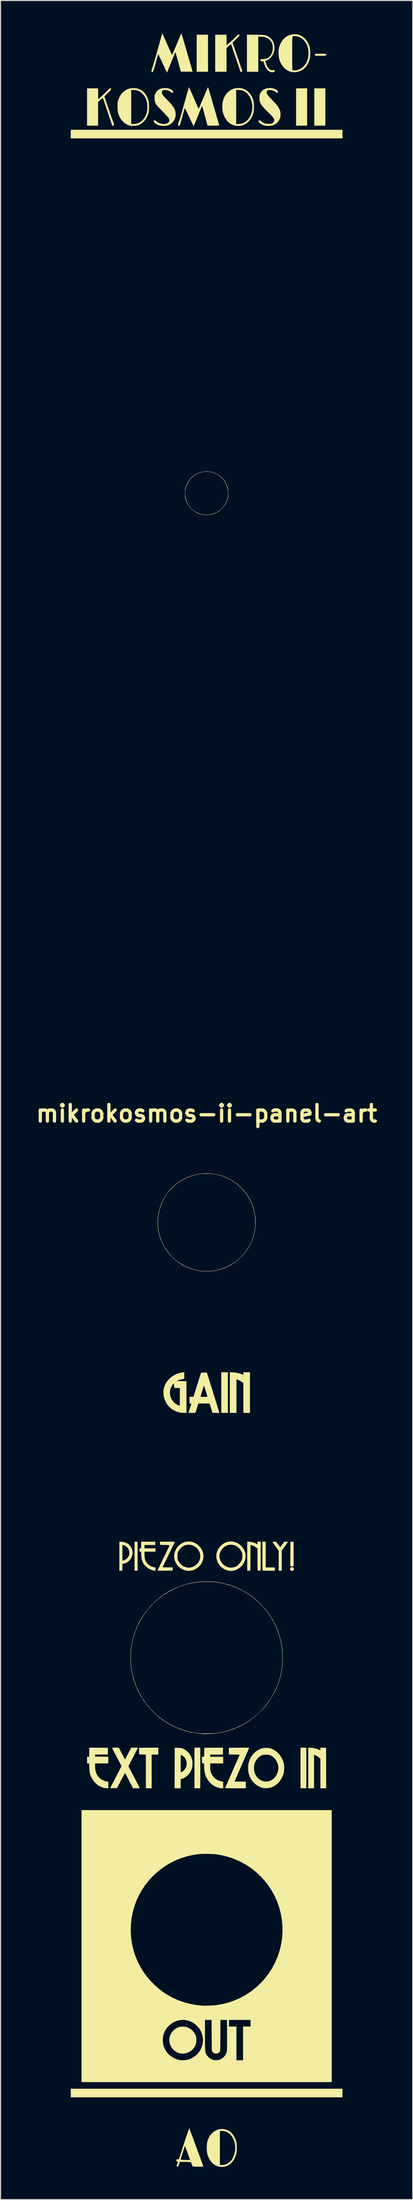
<source format=kicad_pcb>
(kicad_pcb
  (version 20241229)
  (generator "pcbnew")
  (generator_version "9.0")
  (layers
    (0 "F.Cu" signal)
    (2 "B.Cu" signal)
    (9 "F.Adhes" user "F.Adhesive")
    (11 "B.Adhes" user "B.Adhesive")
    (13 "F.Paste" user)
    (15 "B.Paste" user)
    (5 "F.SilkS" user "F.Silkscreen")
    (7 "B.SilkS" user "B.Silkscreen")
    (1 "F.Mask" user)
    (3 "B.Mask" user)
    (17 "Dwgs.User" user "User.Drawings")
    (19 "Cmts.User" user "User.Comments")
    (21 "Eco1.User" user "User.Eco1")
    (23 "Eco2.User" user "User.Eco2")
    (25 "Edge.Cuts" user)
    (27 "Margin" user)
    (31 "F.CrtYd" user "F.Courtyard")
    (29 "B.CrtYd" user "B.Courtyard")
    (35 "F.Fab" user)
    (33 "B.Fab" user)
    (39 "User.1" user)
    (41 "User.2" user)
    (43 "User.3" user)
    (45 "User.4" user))
  (footprint "mikrokosmos-ii-panel-art"
    (layer "F.Cu")
    (at 15.973 99.378)
    (property "Reference" "mikrokosmos-ii-panel-art" (at 0 0 0) (layer "F.SilkS") (effects (font (size 1.524 1.524) (thickness 0.3))))
    (attr board_only exclude_from_pos_files exclude_from_bom)
    (fp_poly (pts (xy -6.356 42.054) (xy -6.636 42.054) (xy -6.636 39.384) (xy -6.356 39.384)) (stroke (width 0) (type solid)) (fill yes) (layer "F.SilkS"))
    (fp_poly (pts (xy -0.585 62.063) (xy -1.119 62.063) (xy -1.119 58.326) (xy -0.585 58.326)) (stroke (width 0) (type solid)) (fill yes) (layer "F.SilkS"))
    (fp_poly (pts (xy 0.127 -95.828) (xy -0.915 -95.828) (xy -0.915 -99.235) (xy 0.127 -99.235)) (stroke (width 0) (type solid)) (fill yes) (layer "F.SilkS"))
    (fp_poly (pts (xy 9.179 62.063) (xy 8.645 62.063) (xy 8.645 58.326) (xy 9.179 58.326)) (stroke (width 0) (type solid)) (fill yes) (layer "F.SilkS"))
    (fp_poly (pts (xy 9.255 -90.87) (xy 8.238 -90.87) (xy 8.238 -94.303) (xy 9.255 -94.303)) (stroke (width 0) (type solid)) (fill yes) (layer "F.SilkS"))
    (fp_poly (pts (xy 10.933 -90.87) (xy 9.916 -90.87) (xy 9.916 -94.303) (xy 10.933 -94.303)) (stroke (width 0) (type solid)) (fill yes) (layer "F.SilkS"))
    (fp_poly (pts (xy 12.509 -89.701) (xy -12.509 -89.701) (xy -12.509 -90.489) (xy 12.509 -90.489)) (stroke (width 0) (type solid)) (fill yes) (layer "F.SilkS"))
    (fp_poly (pts (xy 12.509 90.489) (xy -12.509 90.489) (xy -12.509 89.701) (xy 12.509 89.701)) (stroke (width 0) (type solid)) (fill yes) (layer "F.SilkS"))
    (fp_poly (pts (xy 8.009 41.647) (xy 7.703 41.647) (xy 7.71 40.522) (xy 7.717 39.397) (xy 7.863 39.389) (xy 8.009 39.381)) (stroke (width 0) (type solid)) (fill yes) (layer "F.SilkS"))
    (fp_poly (pts (xy -4.449 58.962) (xy -5.06 58.962) (xy -5.06 62.063) (xy -5.594 62.063) (xy -5.594 58.963) (xy -5.905 58.956) (xy -6.217 58.949) (xy -6.217 58.339) (xy -5.333 58.332) (xy -4.449 58.325)) (stroke (width 0) (type solid)) (fill yes) (layer "F.SilkS"))
    (fp_poly (pts (xy 7.944 41.736) (xy 8.007 41.792) (xy 8.034 41.879) (xy 8.034 41.892) (xy 8.014 41.982) (xy 7.962 42.045) (xy 7.89 42.076) (xy 7.81 42.07) (xy 7.735 42.022) (xy 7.734 42.02) (xy 7.688 41.941) (xy 7.683 41.859) (xy 7.715 41.785) (xy 7.779 41.734) (xy 7.85 41.718)) (stroke (width 0) (type solid)) (fill yes) (layer "F.SilkS"))
    (fp_poly (pts (xy 1.958 27.536) (xy 1.67 27.536) (xy 1.553 27.534) (xy 1.456 27.53) (xy 1.39 27.525) (xy 1.364 27.519) (xy 1.362 27.491) (xy 1.359 27.417) (xy 1.357 27.3) (xy 1.354 27.144) (xy 1.352 26.953) (xy 1.351 26.732) (xy 1.349 26.484) (xy 1.348 26.214) (xy 1.348 25.924) (xy 1.348 25.65) (xy 1.348 23.798) (xy 1.958 23.798)) (stroke (width 0) (type solid)) (fill yes) (layer "F.SilkS"))
    (fp_poly (pts (xy 2.434 23.805) (xy 2.677 23.829) (xy 2.912 23.874) (xy 3.125 23.936) (xy 3.282 24.003) (xy 3.382 24.053) (xy 3.382 23.798) (xy 3.992 23.798) (xy 3.992 27.536) (xy 3.382 27.536) (xy 3.382 24.79) (xy 3.261 24.702) (xy 3.146 24.627) (xy 3.021 24.557) (xy 2.902 24.501) (xy 2.815 24.471) (xy 2.746 24.454) (xy 2.746 27.536) (xy 2.136 27.536) (xy 2.136 23.791)) (stroke (width 0) (type solid)) (fill yes) (layer "F.SilkS"))
    (fp_poly (pts (xy 3.96 39.39) (xy 4.214 39.427) (xy 4.445 39.505) (xy 4.583 39.579) (xy 4.678 39.639) (xy 4.678 39.384) (xy 4.984 39.384) (xy 4.977 40.712) (xy 4.971 42.041) (xy 4.691 42.041) (xy 4.678 39.998) (xy 4.555 39.908) (xy 4.398 39.81) (xy 4.233 39.735) (xy 4.125 39.703) (xy 4.043 39.685) (xy 4.037 40.863) (xy 4.03 42.041) (xy 3.884 42.049) (xy 3.738 42.056) (xy 3.738 39.377)) (stroke (width 0) (type solid)) (fill yes) (layer "F.SilkS"))
    (fp_poly (pts (xy 5.441 41.749) (xy 6.28 41.749) (xy 6.28 42.054) (xy 5.725 42.054) (xy 5.562 42.053) (xy 5.416 42.051) (xy 5.295 42.048) (xy 5.207 42.044) (xy 5.159 42.039) (xy 5.153 42.037) (xy 5.15 42.009) (xy 5.147 41.935) (xy 5.144 41.819) (xy 5.141 41.668) (xy 5.139 41.485) (xy 5.138 41.274) (xy 5.137 41.042) (xy 5.136 40.793) (xy 5.136 40.702) (xy 5.136 39.384) (xy 5.441 39.384)) (stroke (width 0) (type solid)) (fill yes) (layer "F.SilkS"))
    (fp_poly (pts (xy 9.617 58.337) (xy 9.771 58.355) (xy 9.935 58.386) (xy 10.097 58.427) (xy 10.242 58.474) (xy 10.356 58.523) (xy 10.392 58.544) (xy 10.438 58.571) (xy 10.462 58.58) (xy 10.469 58.557) (xy 10.474 58.499) (xy 10.475 58.452) (xy 10.475 58.324) (xy 10.736 58.331) (xy 10.996 58.339) (xy 11.003 60.201) (xy 11.01 62.063) (xy 10.475 62.063) (xy 10.475 59.347) (xy 10.364 59.249) (xy 10.261 59.169) (xy 10.142 59.093) (xy 10.026 59.032) (xy 9.948 59.001) (xy 9.89 58.984) (xy 9.89 62.063) (xy 9.357 62.063) (xy 9.357 58.319)) (stroke (width 0) (type solid)) (fill yes) (layer "F.SilkS"))
    (fp_poly (pts (xy 10.612 -97.486) (xy 10.742 -97.484) (xy 10.853 -97.481) (xy 10.935 -97.477) (xy 10.978 -97.471) (xy 10.981 -97.47) (xy 11.004 -97.431) (xy 11.007 -97.373) (xy 10.991 -97.324) (xy 10.98 -97.313) (xy 10.944 -97.307) (xy 10.867 -97.301) (xy 10.76 -97.297) (xy 10.632 -97.294) (xy 10.494 -97.293) (xy 10.356 -97.294) (xy 10.228 -97.296) (xy 10.119 -97.299) (xy 10.041 -97.304) (xy 10.003 -97.311) (xy 10.003 -97.311) (xy 9.975 -97.35) (xy 9.968 -97.407) (xy 9.981 -97.457) (xy 9.993 -97.469) (xy 10.028 -97.475) (xy 10.103 -97.48) (xy 10.209 -97.483) (xy 10.336 -97.485) (xy 10.474 -97.486)) (stroke (width 0) (type solid)) (fill yes) (layer "F.SilkS"))
    (fp_poly (pts (xy 6.583 39.64) (xy 6.655 39.736) (xy 6.717 39.812) (xy 6.763 39.861) (xy 6.787 39.876) (xy 6.788 39.876) (xy 6.81 39.847) (xy 6.855 39.787) (xy 6.916 39.704) (xy 6.978 39.619) (xy 7.149 39.384) (xy 7.504 39.384) (xy 7.446 39.467) (xy 7.41 39.516) (xy 7.352 39.597) (xy 7.278 39.7) (xy 7.194 39.816) (xy 7.152 39.874) (xy 6.916 40.199) (xy 6.916 42.054) (xy 6.636 42.054) (xy 6.636 40.215) (xy 6.361 39.831) (xy 6.272 39.708) (xy 6.194 39.597) (xy 6.13 39.507) (xy 6.086 39.444) (xy 6.067 39.416) (xy 6.069 39.398) (xy 6.106 39.388) (xy 6.184 39.384) (xy 6.223 39.384) (xy 6.397 39.384)) (stroke (width 0) (type solid)) (fill yes) (layer "F.SilkS"))
    (fp_poly (pts (xy -7.812 39.388) (xy -7.579 39.422) (xy -7.369 39.5) (xy -7.185 39.618) (xy -7.161 39.638) (xy -7.013 39.799) (xy -6.907 39.979) (xy -6.843 40.17) (xy -6.819 40.368) (xy -6.834 40.566) (xy -6.885 40.757) (xy -6.972 40.935) (xy -7.092 41.095) (xy -7.245 41.229) (xy -7.429 41.333) (xy -7.582 41.385) (xy -7.755 41.429) (xy -7.755 42.054) (xy -8.034 42.054) (xy -8.034 41.113) (xy -7.755 41.113) (xy -7.696 41.113) (xy -7.641 41.102) (xy -7.563 41.073) (xy -7.507 41.048) (xy -7.353 40.946) (xy -7.237 40.817) (xy -7.158 40.668) (xy -7.116 40.507) (xy -7.111 40.341) (xy -7.143 40.177) (xy -7.212 40.024) (xy -7.318 39.889) (xy -7.461 39.779) (xy -7.507 39.754) (xy -7.589 39.718) (xy -7.663 39.694) (xy -7.696 39.689) (xy -7.755 39.689) (xy -7.755 41.113) (xy -8.034 41.113) (xy -8.034 39.378)) (stroke (width 0) (type solid)) (fill yes) (layer "F.SilkS"))
    (fp_poly (pts (xy -2.045 83.989) (xy -1.86 84.021) (xy -1.838 84.027) (xy -1.603 84.124) (xy -1.396 84.263) (xy -1.22 84.441) (xy -1.077 84.656) (xy -1.046 84.717) (xy -1.001 84.815) (xy -0.973 84.897) (xy -0.957 84.981) (xy -0.948 85.087) (xy -0.945 85.154) (xy -0.951 85.389) (xy -0.994 85.597) (xy -1.075 85.793) (xy -1.139 85.901) (xy -1.292 86.093) (xy -1.476 86.248) (xy -1.685 86.365) (xy -1.912 86.441) (xy -2.149 86.473) (xy -2.391 86.458) (xy -2.514 86.432) (xy -2.74 86.345) (xy -2.943 86.217) (xy -3.12 86.051) (xy -3.263 85.853) (xy -3.367 85.63) (xy -3.385 85.575) (xy -3.421 85.394) (xy -3.43 85.192) (xy -3.411 84.99) (xy -3.366 84.81) (xy -3.358 84.788) (xy -3.255 84.585) (xy -3.111 84.398) (xy -2.936 84.235) (xy -2.741 84.107) (xy -2.625 84.054) (xy -2.448 84.006) (xy -2.248 83.984)) (stroke (width 0) (type solid)) (fill yes) (layer "F.SilkS"))
    (fp_poly (pts (xy 1.5 58.962) (xy 0.331 58.962) (xy 0.331 59.165) (xy 1.526 59.165) (xy 1.526 59.775) (xy 0.331 59.775) (xy 0.331 60.07) (xy 0.336 60.257) (xy 0.351 60.417) (xy 0.371 60.522) (xy 0.455 60.751) (xy 0.581 60.955) (xy 0.743 61.131) (xy 0.937 61.273) (xy 1.158 61.376) (xy 1.399 61.438) (xy 1.405 61.438) (xy 1.526 61.456) (xy 1.526 62.063) (xy 1.405 62.061) (xy 1.311 62.054) (xy 1.198 62.039) (xy 1.127 62.025) (xy 0.878 61.946) (xy 0.641 61.82) (xy 0.421 61.653) (xy 0.224 61.447) (xy 0.055 61.209) (xy 0.05 61.2) (xy -0.065 60.976) (xy -0.147 60.739) (xy -0.2 60.481) (xy -0.226 60.191) (xy -0.229 60.029) (xy -0.229 59.778) (xy -0.324 59.77) (xy -0.42 59.762) (xy -0.434 59.165) (xy -0.23 59.165) (xy -0.223 58.752) (xy -0.216 58.339) (xy 0.642 58.332) (xy 1.5 58.325)) (stroke (width 0) (type solid)) (fill yes) (layer "F.SilkS"))
    (fp_poly (pts (xy -9.948 58.332) (xy -9.09 58.339) (xy -9.09 58.949) (xy -9.682 58.956) (xy -10.275 58.963) (xy -10.259 59.152) (xy -9.655 59.159) (xy -9.051 59.166) (xy -9.051 59.775) (xy -10.272 59.775) (xy -10.271 59.972) (xy -10.264 60.197) (xy -10.242 60.385) (xy -10.203 60.55) (xy -10.145 60.705) (xy -10.12 60.757) (xy -9.99 60.966) (xy -9.824 61.143) (xy -9.627 61.284) (xy -9.407 61.383) (xy -9.223 61.43) (xy -9.051 61.458) (xy -9.051 62.063) (xy -9.185 62.062) (xy -9.28 62.054) (xy -9.397 62.036) (xy -9.504 62.012) (xy -9.767 61.917) (xy -10.01 61.777) (xy -10.229 61.595) (xy -10.421 61.373) (xy -10.583 61.114) (xy -10.609 61.062) (xy -10.673 60.926) (xy -10.72 60.8) (xy -10.753 60.672) (xy -10.776 60.53) (xy -10.79 60.36) (xy -10.799 60.176) (xy -10.812 59.775) (xy -11.009 59.775) (xy -11.009 59.165) (xy -10.806 59.165) (xy -10.806 58.325)) (stroke (width 0) (type solid)) (fill yes) (layer "F.SilkS"))
    (fp_poly (pts (xy 3.697 58.331) (xy 3.784 58.333) (xy 3.843 58.337) (xy 3.88 58.342) (xy 3.9 58.35) (xy 3.906 58.359) (xy 3.905 58.37) (xy 3.892 58.401) (xy 3.861 58.474) (xy 3.813 58.585) (xy 3.75 58.732) (xy 3.674 58.908) (xy 3.586 59.112) (xy 3.488 59.337) (xy 3.382 59.581) (xy 3.269 59.84) (xy 3.231 59.928) (xy 2.572 61.441) (xy 3.61 61.454) (xy 3.61 62.063) (xy 2.657 62.063) (xy 2.442 62.063) (xy 2.245 62.062) (xy 2.07 62.059) (xy 1.923 62.057) (xy 1.809 62.053) (xy 1.735 62.049) (xy 1.705 62.045) (xy 1.705 62.044) (xy 1.715 62.018) (xy 1.744 61.95) (xy 1.79 61.843) (xy 1.851 61.7) (xy 1.927 61.527) (xy 2.014 61.327) (xy 2.111 61.104) (xy 2.217 60.862) (xy 2.33 60.605) (xy 2.376 60.5) (xy 3.046 58.974) (xy 2.047 58.949) (xy 2.047 58.339) (xy 2.983 58.332) (xy 3.226 58.33) (xy 3.423 58.329) (xy 3.578 58.329)) (stroke (width 0) (type solid)) (fill yes) (layer "F.SilkS"))
    (fp_poly (pts (xy -4.729 39.689) (xy -5.721 39.689) (xy -5.721 39.994) (xy -4.704 39.994) (xy -4.704 40.299) (xy -5.721 40.299) (xy -5.721 40.561) (xy -5.711 40.792) (xy -5.677 40.985) (xy -5.617 41.152) (xy -5.527 41.301) (xy -5.402 41.442) (xy -5.364 41.478) (xy -5.191 41.609) (xy -4.999 41.696) (xy -4.823 41.736) (xy -4.704 41.754) (xy -4.704 41.904) (xy -4.708 41.997) (xy -4.721 42.043) (xy -4.735 42.051) (xy -4.777 42.045) (xy -4.85 42.034) (xy -4.907 42.025) (xy -5.107 41.97) (xy -5.308 41.874) (xy -5.498 41.744) (xy -5.667 41.588) (xy -5.802 41.415) (xy -5.846 41.342) (xy -5.906 41.218) (xy -5.95 41.096) (xy -5.981 40.965) (xy -6.002 40.809) (xy -6.016 40.616) (xy -6.017 40.611) (xy -6.034 40.299) (xy -6.106 40.299) (xy -6.146 40.297) (xy -6.168 40.282) (xy -6.177 40.243) (xy -6.178 40.167) (xy -6.178 40.147) (xy -6.178 39.994) (xy -6.026 39.994) (xy -6.026 39.384) (xy -4.729 39.384)) (stroke (width 0) (type solid)) (fill yes) (layer "F.SilkS"))
    (fp_poly (pts (xy -2.962 39.467) (xy -2.98 39.506) (xy -3.018 39.586) (xy -3.073 39.702) (xy -3.144 39.849) (xy -3.228 40.022) (xy -3.322 40.216) (xy -3.424 40.427) (xy -3.528 40.643) (xy -4.06 41.736) (xy -3.592 41.743) (xy -3.125 41.75) (xy -3.132 41.895) (xy -3.14 42.041) (xy -3.833 42.048) (xy -4.015 42.049) (xy -4.179 42.05) (xy -4.318 42.049) (xy -4.427 42.048) (xy -4.498 42.046) (xy -4.526 42.043) (xy -4.526 42.043) (xy -4.515 42.019) (xy -4.484 41.953) (xy -4.435 41.851) (xy -4.37 41.715) (xy -4.292 41.552) (xy -4.202 41.366) (xy -4.102 41.16) (xy -3.995 40.939) (xy -3.98 40.908) (xy -3.871 40.684) (xy -3.769 40.473) (xy -3.676 40.28) (xy -3.594 40.109) (xy -3.525 39.964) (xy -3.471 39.852) (xy -3.435 39.775) (xy -3.419 39.738) (xy -3.419 39.737) (xy -3.416 39.72) (xy -3.426 39.708) (xy -3.454 39.699) (xy -3.508 39.693) (xy -3.594 39.689) (xy -3.718 39.685) (xy -3.844 39.683) (xy -4.284 39.676) (xy -4.292 39.53) (xy -4.299 39.384) (xy -2.927 39.384)) (stroke (width 0) (type solid)) (fill yes) (layer "F.SilkS"))
    (fp_poly (pts (xy -2.653 58.344) (xy -2.51 58.349) (xy -2.4 58.36) (xy -2.309 58.378) (xy -2.218 58.407) (xy -2.202 58.413) (xy -1.973 58.526) (xy -1.77 58.679) (xy -1.597 58.87) (xy -1.457 59.092) (xy -1.355 59.34) (xy -1.332 59.421) (xy -1.308 59.572) (xy -1.299 59.753) (xy -1.307 59.944) (xy -1.329 60.127) (xy -1.366 60.282) (xy -1.372 60.302) (xy -1.474 60.526) (xy -1.611 60.731) (xy -1.777 60.909) (xy -1.965 61.054) (xy -2.167 61.16) (xy -2.282 61.198) (xy -2.39 61.226) (xy -2.39 62.063) (xy -2.95 62.063) (xy -2.943 60.201) (xy -2.942 59.788) (xy -2.39 59.788) (xy -2.39 60.016) (xy -2.389 60.197) (xy -2.386 60.338) (xy -2.383 60.442) (xy -2.378 60.514) (xy -2.372 60.559) (xy -2.364 60.583) (xy -2.355 60.589) (xy -2.316 60.575) (xy -2.251 60.541) (xy -2.196 60.506) (xy -2.053 60.383) (xy -1.946 60.232) (xy -1.875 60.062) (xy -1.839 59.881) (xy -1.839 59.697) (xy -1.875 59.517) (xy -1.946 59.349) (xy -2.052 59.201) (xy -2.193 59.082) (xy -2.213 59.07) (xy -2.287 59.026) (xy -2.345 58.997) (xy -2.37 58.987) (xy -2.375 59.011) (xy -2.379 59.081) (xy -2.383 59.189) (xy -2.386 59.329) (xy -2.389 59.496) (xy -2.39 59.684) (xy -2.39 59.788) (xy -2.942 59.788) (xy -2.937 58.339)) (stroke (width 0) (type solid)) (fill yes) (layer "F.SilkS"))
    (fp_poly (pts (xy 2.981 -99.255) (xy 3.016 -99.212) (xy 3.026 -99.151) (xy 3.009 -99.124) (xy 2.96 -99.069) (xy 2.887 -98.992) (xy 2.794 -98.899) (xy 2.707 -98.815) (xy 2.388 -98.509) (xy 2.793 -97.328) (xy 2.875 -97.09) (xy 2.953 -96.865) (xy 3.025 -96.656) (xy 3.09 -96.47) (xy 3.146 -96.311) (xy 3.19 -96.185) (xy 3.223 -96.096) (xy 3.24 -96.05) (xy 3.241 -96.048) (xy 3.274 -95.942) (xy 3.271 -95.864) (xy 3.233 -95.818) (xy 3.197 -95.808) (xy 3.134 -95.815) (xy 3.112 -95.839) (xy 3.102 -95.869) (xy 3.077 -95.941) (xy 3.039 -96.051) (xy 2.991 -96.192) (xy 2.934 -96.36) (xy 2.87 -96.549) (xy 2.801 -96.752) (xy 2.728 -96.966) (xy 2.654 -97.184) (xy 2.581 -97.401) (xy 2.509 -97.611) (xy 2.442 -97.809) (xy 2.381 -97.99) (xy 2.328 -98.148) (xy 2.306 -98.212) (xy 2.277 -98.293) (xy 2.253 -98.35) (xy 2.239 -98.371) (xy 2.215 -98.355) (xy 2.163 -98.311) (xy 2.09 -98.247) (xy 2.028 -98.191) (xy 1.831 -98.011) (xy 1.831 -95.828) (xy 0.788 -95.828) (xy 0.788 -99.235) (xy 1.83 -99.235) (xy 1.836 -98.748) (xy 1.843 -98.261) (xy 2.263 -98.642) (xy 2.392 -98.761) (xy 2.514 -98.876) (xy 2.622 -98.98) (xy 2.709 -99.067) (xy 2.768 -99.129) (xy 2.779 -99.142) (xy 2.857 -99.22) (xy 2.926 -99.258)) (stroke (width 0) (type solid)) (fill yes) (layer "F.SilkS"))
    (fp_poly (pts (xy -2.059 24.398) (xy -2.269 24.438) (xy -2.39 24.466) (xy -2.512 24.503) (xy -2.611 24.54) (xy -2.619 24.543) (xy -2.759 24.608) (xy -2.307 24.61) (xy -1.856 24.612) (xy -1.856 27.536) (xy -2.066 27.533) (xy -2.185 27.529) (xy -2.302 27.521) (xy -2.395 27.511) (xy -2.403 27.51) (xy -2.681 27.444) (xy -2.954 27.334) (xy -3.205 27.184) (xy -3.233 27.164) (xy -3.452 26.973) (xy -3.636 26.749) (xy -3.784 26.499) (xy -3.892 26.229) (xy -3.959 25.946) (xy -3.98 25.68) (xy -3.382 25.68) (xy -3.358 25.913) (xy -3.291 26.137) (xy -3.184 26.344) (xy -3.043 26.527) (xy -2.874 26.681) (xy -2.679 26.798) (xy -2.543 26.851) (xy -2.493 26.866) (xy -2.473 26.872) (xy -2.471 26.849) (xy -2.47 26.78) (xy -2.468 26.672) (xy -2.467 26.532) (xy -2.467 26.365) (xy -2.466 26.176) (xy -2.466 26.062) (xy -2.466 25.249) (xy -2.987 25.235) (xy -3 25.021) (xy -3.013 24.806) (xy -3.096 24.901) (xy -3.216 25.072) (xy -3.307 25.273) (xy -3.364 25.489) (xy -3.382 25.68) (xy -3.98 25.68) (xy -3.982 25.657) (xy -3.959 25.368) (xy -3.927 25.218) (xy -3.833 24.952) (xy -3.694 24.703) (xy -3.516 24.476) (xy -3.303 24.276) (xy -3.061 24.105) (xy -2.794 23.967) (xy -2.508 23.868) (xy -2.206 23.809) (xy -2.059 23.792)) (stroke (width 0) (type solid)) (fill yes) (layer "F.SilkS"))
    (fp_poly (pts (xy -8.834 -94.318) (xy -8.808 -94.272) (xy -8.802 -94.236) (xy -8.802 -94.204) (xy -8.813 -94.171) (xy -8.839 -94.131) (xy -8.885 -94.077) (xy -8.957 -94.005) (xy -9.06 -93.906) (xy -9.101 -93.868) (xy -9.203 -93.77) (xy -9.291 -93.684) (xy -9.358 -93.616) (xy -9.398 -93.571) (xy -9.407 -93.557) (xy -9.399 -93.528) (xy -9.377 -93.456) (xy -9.341 -93.348) (xy -9.294 -93.208) (xy -9.239 -93.043) (xy -9.176 -92.859) (xy -9.109 -92.66) (xy -9.038 -92.452) (xy -8.965 -92.242) (xy -8.894 -92.034) (xy -8.825 -91.834) (xy -8.761 -91.649) (xy -8.703 -91.483) (xy -8.653 -91.343) (xy -8.614 -91.233) (xy -8.587 -91.16) (xy -8.58 -91.142) (xy -8.544 -91.045) (xy -8.528 -90.981) (xy -8.53 -90.934) (xy -8.539 -90.907) (xy -8.581 -90.855) (xy -8.634 -90.852) (xy -8.68 -90.884) (xy -8.706 -90.927) (xy -8.739 -91.003) (xy -8.771 -91.097) (xy -8.773 -91.107) (xy -8.795 -91.175) (xy -8.829 -91.281) (xy -8.873 -91.417) (xy -8.927 -91.579) (xy -8.988 -91.761) (xy -9.054 -91.957) (xy -9.123 -92.161) (xy -9.192 -92.367) (xy -9.262 -92.57) (xy -9.328 -92.764) (xy -9.389 -92.944) (xy -9.444 -93.103) (xy -9.49 -93.235) (xy -9.526 -93.336) (xy -9.549 -93.399) (xy -9.558 -93.418) (xy -9.581 -93.409) (xy -9.634 -93.372) (xy -9.707 -93.311) (xy -9.783 -93.244) (xy -9.992 -93.053) (xy -9.992 -90.87) (xy -11.009 -90.87) (xy -11.009 -94.303) (xy -9.993 -94.303) (xy -9.986 -93.802) (xy -9.979 -93.301) (xy -9.573 -93.672) (xy -9.443 -93.791) (xy -9.317 -93.91) (xy -9.203 -94.019) (xy -9.109 -94.111) (xy -9.043 -94.178) (xy -9.035 -94.188) (xy -8.946 -94.276) (xy -8.88 -94.319)) (stroke (width 0) (type solid)) (fill yes) (layer "F.SilkS"))
    (fp_poly (pts (xy 1.547 93.406) (xy 1.779 93.455) (xy 2.006 93.552) (xy 2.104 93.61) (xy 2.285 93.757) (xy 2.442 93.946) (xy 2.577 94.179) (xy 2.58 94.187) (xy 2.665 94.381) (xy 2.723 94.566) (xy 2.76 94.757) (xy 2.778 94.969) (xy 2.78 95.167) (xy 2.77 95.412) (xy 2.743 95.623) (xy 2.695 95.816) (xy 2.622 96.008) (xy 2.569 96.121) (xy 2.429 96.356) (xy 2.26 96.551) (xy 2.066 96.704) (xy 1.849 96.813) (xy 1.612 96.878) (xy 1.389 96.896) (xy 1.205 96.884) (xy 1.042 96.847) (xy 1.016 96.838) (xy 0.785 96.735) (xy 0.761 96.718) (xy 1.22 96.718) (xy 1.396 96.718) (xy 1.522 96.71) (xy 1.651 96.69) (xy 1.72 96.672) (xy 1.934 96.579) (xy 2.124 96.444) (xy 2.287 96.269) (xy 2.422 96.058) (xy 2.526 95.814) (xy 2.597 95.54) (xy 2.621 95.378) (xy 2.633 95.094) (xy 2.609 94.818) (xy 2.549 94.557) (xy 2.458 94.315) (xy 2.337 94.099) (xy 2.188 93.914) (xy 2.015 93.766) (xy 1.871 93.682) (xy 1.741 93.633) (xy 1.593 93.597) (xy 1.449 93.579) (xy 1.327 93.581) (xy 1.317 93.582) (xy 1.22 93.597) (xy 1.22 96.718) (xy 0.761 96.718) (xy 0.583 96.593) (xy 0.409 96.41) (xy 0.26 96.183) (xy 0.215 96.095) (xy 0.141 95.933) (xy 0.087 95.785) (xy 0.051 95.638) (xy 0.028 95.477) (xy 0.017 95.289) (xy 0.015 95.129) (xy 0.018 94.926) (xy 0.029 94.76) (xy 0.051 94.617) (xy 0.088 94.482) (xy 0.141 94.341) (xy 0.185 94.241) (xy 0.317 94.006) (xy 0.478 93.808) (xy 0.663 93.646) (xy 0.868 93.523) (xy 1.086 93.441) (xy 1.314 93.402)) (stroke (width 0) (type solid)) (fill yes) (layer "F.SilkS"))
    (fp_poly (pts (xy 3.105 -94.323) (xy 3.283 -94.293) (xy 3.333 -94.279) (xy 3.558 -94.183) (xy 3.765 -94.043) (xy 3.948 -93.864) (xy 4.103 -93.651) (xy 4.227 -93.409) (xy 4.314 -93.146) (xy 4.338 -93.007) (xy 4.354 -92.835) (xy 4.361 -92.644) (xy 4.358 -92.451) (xy 4.347 -92.27) (xy 4.327 -92.116) (xy 4.313 -92.053) (xy 4.219 -91.775) (xy 4.089 -91.527) (xy 3.929 -91.311) (xy 3.74 -91.131) (xy 3.527 -90.99) (xy 3.292 -90.894) (xy 3.251 -90.882) (xy 3.088 -90.854) (xy 2.903 -90.845) (xy 2.715 -90.856) (xy 2.547 -90.886) (xy 2.492 -90.903) (xy 2.256 -91.005) (xy 2.053 -91.142) (xy 1.878 -91.317) (xy 1.728 -91.533) (xy 1.654 -91.671) (xy 1.568 -91.863) (xy 1.508 -92.043) (xy 1.47 -92.227) (xy 1.451 -92.431) (xy 1.447 -92.623) (xy 1.456 -92.866) (xy 1.485 -93.077) (xy 1.537 -93.272) (xy 1.617 -93.466) (xy 1.658 -93.547) (xy 1.804 -93.777) (xy 1.986 -93.974) (xy 2.198 -94.133) (xy 2.244 -94.156) (xy 2.721 -94.156) (xy 2.721 -91.017) (xy 2.971 -91.027) (xy 3.094 -91.034) (xy 3.184 -91.045) (xy 3.261 -91.065) (xy 3.344 -91.098) (xy 3.419 -91.135) (xy 3.63 -91.267) (xy 3.812 -91.437) (xy 3.962 -91.641) (xy 4.079 -91.874) (xy 4.159 -92.133) (xy 4.202 -92.411) (xy 4.206 -92.705) (xy 4.195 -92.828) (xy 4.142 -93.114) (xy 4.05 -93.373) (xy 3.923 -93.603) (xy 3.763 -93.8) (xy 3.572 -93.96) (xy 3.411 -94.054) (xy 3.324 -94.093) (xy 3.249 -94.118) (xy 3.166 -94.133) (xy 3.06 -94.142) (xy 2.981 -94.146) (xy 2.721 -94.156) (xy 2.244 -94.156) (xy 2.436 -94.251) (xy 2.553 -94.291) (xy 2.719 -94.322) (xy 2.909 -94.333)) (stroke (width 0) (type solid)) (fill yes) (layer "F.SilkS"))
    (fp_poly (pts (xy -1.391 39.383) (xy -1.212 39.438) (xy -1.026 39.527) (xy -0.85 39.639) (xy -0.739 39.73) (xy -0.56 39.927) (xy -0.427 40.141) (xy -0.339 40.367) (xy -0.295 40.6) (xy -0.295 40.835) (xy -0.339 41.067) (xy -0.426 41.29) (xy -0.556 41.5) (xy -0.729 41.691) (xy -0.895 41.825) (xy -1.099 41.942) (xy -1.321 42.023) (xy -1.548 42.064) (xy -1.77 42.063) (xy -1.837 42.054) (xy -2.088 41.985) (xy -2.319 41.872) (xy -2.524 41.722) (xy -2.699 41.539) (xy -2.838 41.327) (xy -2.936 41.092) (xy -2.979 40.915) (xy -2.992 40.718) (xy -2.682 40.718) (xy -2.681 40.844) (xy -2.677 40.934) (xy -2.666 41.001) (xy -2.647 41.06) (xy -2.616 41.125) (xy -2.602 41.151) (xy -2.47 41.356) (xy -2.311 41.522) (xy -2.129 41.648) (xy -1.93 41.73) (xy -1.718 41.768) (xy -1.498 41.759) (xy -1.34 41.723) (xy -1.149 41.639) (xy -0.972 41.515) (xy -0.819 41.36) (xy -0.698 41.183) (xy -0.623 41.004) (xy -0.583 40.79) (xy -0.59 40.582) (xy -0.637 40.385) (xy -0.722 40.204) (xy -0.838 40.041) (xy -0.981 39.902) (xy -1.146 39.79) (xy -1.329 39.71) (xy -1.525 39.665) (xy -1.729 39.66) (xy -1.937 39.698) (xy -2.072 39.749) (xy -2.222 39.839) (xy -2.37 39.964) (xy -2.499 40.111) (xy -2.597 40.265) (xy -2.6 40.271) (xy -2.637 40.349) (xy -2.66 40.413) (xy -2.674 40.478) (xy -2.681 40.561) (xy -2.682 40.674) (xy -2.682 40.718) (xy -2.992 40.718) (xy -2.995 40.679) (xy -2.964 40.444) (xy -2.89 40.216) (xy -2.777 40.002) (xy -2.629 39.808) (xy -2.449 39.641) (xy -2.242 39.507) (xy -2.071 39.431) (xy -1.904 39.388) (xy -1.715 39.366) (xy -1.526 39.366)) (stroke (width 0) (type solid)) (fill yes) (layer "F.SilkS"))
    (fp_poly (pts (xy 2.398 39.371) (xy 2.63 39.425) (xy 2.85 39.52) (xy 3.053 39.652) (xy 3.233 39.818) (xy 3.384 40.015) (xy 3.502 40.24) (xy 3.548 40.368) (xy 3.576 40.51) (xy 3.586 40.68) (xy 3.579 40.857) (xy 3.553 41.022) (xy 3.536 41.089) (xy 3.44 41.318) (xy 3.306 41.523) (xy 3.139 41.703) (xy 2.945 41.851) (xy 2.73 41.965) (xy 2.502 42.039) (xy 2.266 42.071) (xy 2.072 42.061) (xy 1.935 42.031) (xy 1.781 41.977) (xy 1.63 41.908) (xy 1.533 41.852) (xy 1.329 41.692) (xy 1.161 41.502) (xy 1.03 41.29) (xy 0.941 41.061) (xy 0.895 40.822) (xy 0.895 40.759) (xy 1.18 40.759) (xy 1.19 40.849) (xy 1.249 41.072) (xy 1.352 41.27) (xy 1.469 41.42) (xy 1.639 41.572) (xy 1.831 41.682) (xy 2.038 41.75) (xy 2.251 41.772) (xy 2.465 41.747) (xy 2.519 41.733) (xy 2.62 41.697) (xy 2.722 41.652) (xy 2.762 41.631) (xy 2.885 41.54) (xy 3.009 41.415) (xy 3.122 41.272) (xy 3.208 41.126) (xy 3.211 41.119) (xy 3.25 41.032) (xy 3.274 40.96) (xy 3.287 40.885) (xy 3.291 40.789) (xy 3.292 40.706) (xy 3.289 40.585) (xy 3.281 40.496) (xy 3.264 40.422) (xy 3.233 40.344) (xy 3.213 40.299) (xy 3.096 40.103) (xy 2.947 39.939) (xy 2.773 39.809) (xy 2.581 39.718) (xy 2.377 39.666) (xy 2.168 39.658) (xy 1.959 39.695) (xy 1.841 39.738) (xy 1.646 39.849) (xy 1.479 39.993) (xy 1.345 40.163) (xy 1.248 40.352) (xy 1.191 40.553) (xy 1.18 40.759) (xy 0.895 40.759) (xy 0.895 40.579) (xy 0.929 40.389) (xy 1.014 40.159) (xy 1.143 39.945) (xy 1.308 39.754) (xy 1.502 39.593) (xy 1.718 39.47) (xy 1.921 39.397) (xy 2.16 39.36)) (stroke (width 0) (type solid)) (fill yes) (layer "F.SilkS"))
    (fp_poly (pts (xy 4.507 -99.23) (xy 4.755 -99.226) (xy 4.959 -99.221) (xy 5.126 -99.214) (xy 5.261 -99.204) (xy 5.37 -99.189) (xy 5.462 -99.168) (xy 5.541 -99.141) (xy 5.615 -99.107) (xy 5.689 -99.063) (xy 5.757 -99.019) (xy 5.93 -98.876) (xy 6.065 -98.707) (xy 6.162 -98.516) (xy 6.224 -98.311) (xy 6.25 -98.098) (xy 6.243 -97.881) (xy 6.201 -97.668) (xy 6.127 -97.465) (xy 6.022 -97.277) (xy 5.885 -97.111) (xy 5.719 -96.972) (xy 5.524 -96.868) (xy 5.435 -96.836) (xy 5.416 -96.825) (xy 5.409 -96.803) (xy 5.417 -96.76) (xy 5.439 -96.686) (xy 5.47 -96.598) (xy 5.538 -96.421) (xy 5.605 -96.282) (xy 5.677 -96.173) (xy 5.761 -96.083) (xy 5.772 -96.073) (xy 5.888 -95.995) (xy 6.009 -95.962) (xy 6.127 -95.977) (xy 6.128 -95.977) (xy 6.212 -95.994) (xy 6.262 -95.975) (xy 6.276 -95.919) (xy 6.275 -95.908) (xy 6.245 -95.844) (xy 6.177 -95.801) (xy 6.084 -95.78) (xy 5.975 -95.784) (xy 5.861 -95.814) (xy 5.835 -95.825) (xy 5.712 -95.894) (xy 5.606 -95.986) (xy 5.512 -96.106) (xy 5.424 -96.261) (xy 5.338 -96.459) (xy 5.315 -96.518) (xy 5.216 -96.782) (xy 5.108 -96.784) (xy 5.016 -96.799) (xy 4.967 -96.834) (xy 4.937 -96.886) (xy 4.944 -96.925) (xy 4.972 -96.957) (xy 5.014 -96.98) (xy 5.087 -96.991) (xy 5.181 -96.991) (xy 5.392 -97.006) (xy 5.576 -97.064) (xy 5.735 -97.164) (xy 5.871 -97.309) (xy 5.984 -97.499) (xy 6.03 -97.607) (xy 6.067 -97.745) (xy 6.087 -97.912) (xy 6.089 -98.089) (xy 6.073 -98.259) (xy 6.039 -98.402) (xy 6.031 -98.423) (xy 5.934 -98.615) (xy 5.807 -98.767) (xy 5.688 -98.861) (xy 5.563 -98.936) (xy 5.45 -98.988) (xy 5.332 -99.022) (xy 5.194 -99.042) (xy 5.041 -99.052) (xy 4.755 -99.064) (xy 4.755 -95.828) (xy 3.712 -95.828) (xy 3.712 -99.24)) (stroke (width 0) (type solid)) (fill yes) (layer "F.SilkS"))
    (fp_poly (pts (xy -7.802 58.871) (xy -7.515 59.417) (xy -7.365 59.132) (xy -7.289 58.989) (xy -7.205 58.83) (xy -7.124 58.677) (xy -7.076 58.587) (xy -6.938 58.326) (xy -6.633 58.326) (xy -6.497 58.327) (xy -6.407 58.332) (xy -6.355 58.34) (xy -6.336 58.352) (xy -6.335 58.358) (xy -6.349 58.387) (xy -6.383 58.456) (xy -6.435 58.559) (xy -6.503 58.692) (xy -6.584 58.849) (xy -6.675 59.024) (xy -6.772 59.21) (xy -7.2 60.03) (xy -6.677 61.033) (xy -6.568 61.241) (xy -6.467 61.436) (xy -6.376 61.611) (xy -6.297 61.764) (xy -6.233 61.888) (xy -6.187 61.98) (xy -6.159 62.035) (xy -6.153 62.05) (xy -6.177 62.055) (xy -6.242 62.059) (xy -6.338 62.062) (xy -6.456 62.063) (xy -6.464 62.063) (xy -6.776 62.062) (xy -7.144 61.35) (xy -7.246 61.153) (xy -7.327 60.996) (xy -7.391 60.876) (xy -7.439 60.789) (xy -7.474 60.73) (xy -7.5 60.695) (xy -7.517 60.681) (xy -7.531 60.682) (xy -7.541 60.695) (xy -7.549 60.709) (xy -7.571 60.75) (xy -7.613 60.829) (xy -7.671 60.939) (xy -7.743 61.076) (xy -7.824 61.231) (xy -7.912 61.399) (xy -7.92 61.415) (xy -8.254 62.051) (xy -8.564 62.058) (xy -8.682 62.059) (xy -8.78 62.057) (xy -8.847 62.053) (xy -8.873 62.046) (xy -8.873 62.045) (xy -8.862 62.019) (xy -8.829 61.953) (xy -8.778 61.851) (xy -8.71 61.717) (xy -8.628 61.558) (xy -8.535 61.376) (xy -8.432 61.177) (xy -8.353 61.026) (xy -7.833 60.027) (xy -7.956 59.793) (xy -8.003 59.704) (xy -8.068 59.579) (xy -8.147 59.429) (xy -8.235 59.261) (xy -8.327 59.087) (xy -8.387 58.972) (xy -8.47 58.813) (xy -8.545 58.668) (xy -8.607 58.544) (xy -8.656 58.446) (xy -8.686 58.381) (xy -8.695 58.356) (xy -8.677 58.342) (xy -8.617 58.332) (xy -8.514 58.327) (xy -8.392 58.326) (xy -8.089 58.326)) (stroke (width 0) (type solid)) (fill yes) (layer "F.SilkS"))
    (fp_poly (pts (xy -6.475 -94.31) (xy -6.228 -94.241) (xy -6.004 -94.127) (xy -5.804 -93.972) (xy -5.634 -93.776) (xy -5.496 -93.543) (xy -5.492 -93.536) (xy -5.423 -93.382) (xy -5.372 -93.245) (xy -5.337 -93.113) (xy -5.316 -92.971) (xy -5.305 -92.807) (xy -5.302 -92.606) (xy -5.302 -92.599) (xy -5.304 -92.397) (xy -5.315 -92.232) (xy -5.336 -92.089) (xy -5.371 -91.957) (xy -5.422 -91.821) (xy -5.492 -91.667) (xy -5.505 -91.64) (xy -5.646 -91.406) (xy -5.818 -91.209) (xy -6.018 -91.05) (xy -6.242 -90.934) (xy -6.396 -90.884) (xy -6.537 -90.859) (xy -6.706 -90.849) (xy -6.881 -90.852) (xy -7.04 -90.869) (xy -7.116 -90.885) (xy -7.287 -90.945) (xy -7.445 -91.032) (xy -7.602 -91.154) (xy -7.705 -91.251) (xy -7.817 -91.369) (xy -7.901 -91.478) (xy -7.971 -91.597) (xy -8.003 -91.659) (xy -8.072 -91.808) (xy -8.123 -91.939) (xy -8.159 -92.065) (xy -8.181 -92.198) (xy -8.194 -92.351) (xy -8.199 -92.537) (xy -8.199 -92.625) (xy -8.199 -92.782) (xy -8.196 -92.9) (xy -8.191 -92.99) (xy -8.181 -93.063) (xy -8.165 -93.13) (xy -8.142 -93.204) (xy -8.12 -93.267) (xy -8.029 -93.489) (xy -7.926 -93.675) (xy -7.802 -93.84) (xy -7.714 -93.934) (xy -7.512 -94.103) (xy -7.417 -94.156) (xy -6.941 -94.156) (xy -6.941 -91.023) (xy -6.737 -91.023) (xy -6.533 -91.038) (xy -6.376 -91.076) (xy -6.151 -91.178) (xy -5.952 -91.323) (xy -5.781 -91.507) (xy -5.642 -91.729) (xy -5.633 -91.747) (xy -5.556 -91.924) (xy -5.503 -92.1) (xy -5.471 -92.29) (xy -5.457 -92.508) (xy -5.456 -92.599) (xy -5.472 -92.895) (xy -5.522 -93.156) (xy -5.608 -93.39) (xy -5.733 -93.601) (xy -5.898 -93.797) (xy -5.902 -93.801) (xy -6.058 -93.942) (xy -6.21 -94.041) (xy -6.373 -94.104) (xy -6.56 -94.138) (xy -6.681 -94.146) (xy -6.941 -94.156) (xy -7.417 -94.156) (xy -7.292 -94.225) (xy -7.051 -94.301) (xy -6.788 -94.332) (xy -6.74 -94.333)) (stroke (width 0) (type solid)) (fill yes) (layer "F.SilkS"))
    (fp_poly (pts (xy 0.073 23.982) (xy 0.093 24.043) (xy 0.125 24.145) (xy 0.168 24.283) (xy 0.221 24.452) (xy 0.282 24.648) (xy 0.35 24.865) (xy 0.423 25.099) (xy 0.5 25.344) (xy 0.579 25.597) (xy 0.658 25.852) (xy 0.737 26.105) (xy 0.813 26.35) (xy 0.885 26.584) (xy 0.952 26.8) (xy 1.013 26.995) (xy 1.065 27.163) (xy 1.107 27.3) (xy 1.138 27.401) (xy 1.156 27.461) (xy 1.16 27.475) (xy 1.175 27.536) (xy 0.543 27.536) (xy 0.407 27.104) (xy 0.271 26.671) (xy -0.76 26.671) (xy -0.877 27.046) (xy -0.927 27.212) (xy -0.966 27.335) (xy -0.998 27.423) (xy -1.029 27.482) (xy -1.065 27.516) (xy -1.112 27.533) (xy -1.175 27.538) (xy -1.261 27.537) (xy -1.347 27.536) (xy -1.477 27.535) (xy -1.564 27.532) (xy -1.616 27.526) (xy -1.643 27.515) (xy -1.651 27.499) (xy -1.651 27.491) (xy -1.644 27.453) (xy -1.622 27.375) (xy -1.591 27.268) (xy -1.552 27.141) (xy -1.528 27.065) (xy -1.405 26.684) (xy -1.491 26.676) (xy -1.576 26.668) (xy -1.576 26.063) (xy -1.392 26.056) (xy -1.209 26.048) (xy -1.204 26.033) (xy -0.559 26.033) (xy -0.537 26.046) (xy -0.469 26.055) (xy -0.354 26.06) (xy -0.242 26.061) (xy -0.121 26.06) (xy -0.022 26.056) (xy 0.047 26.051) (xy 0.076 26.044) (xy 0.076 26.044) (xy 0.069 26.014) (xy 0.049 25.947) (xy 0.02 25.849) (xy -0.017 25.73) (xy -0.058 25.599) (xy -0.101 25.464) (xy -0.143 25.333) (xy -0.181 25.215) (xy -0.212 25.119) (xy -0.235 25.054) (xy -0.245 25.027) (xy -0.246 25.027) (xy -0.256 25.053) (xy -0.278 25.119) (xy -0.31 25.216) (xy -0.348 25.335) (xy -0.389 25.467) (xy -0.431 25.603) (xy -0.472 25.734) (xy -0.508 25.851) (xy -0.536 25.946) (xy -0.554 26.01) (xy -0.559 26.033) (xy -1.204 26.033) (xy -0.863 24.942) (xy -0.517 23.836) (xy 0.021 23.822)) (stroke (width 0) (type solid)) (fill yes) (layer "F.SilkS"))
    (fp_poly (pts (xy 5.6 58.351) (xy 5.757 58.368) (xy 5.8 58.377) (xy 6.058 58.464) (xy 6.299 58.595) (xy 6.519 58.765) (xy 6.713 58.97) (xy 6.876 59.204) (xy 7.006 59.464) (xy 7.096 59.743) (xy 7.121 59.864) (xy 7.136 60.009) (xy 7.14 60.185) (xy 7.132 60.371) (xy 7.114 60.55) (xy 7.087 60.701) (xy 7.08 60.729) (xy 7.008 60.935) (xy 6.905 61.146) (xy 6.78 61.347) (xy 6.642 61.525) (xy 6.498 61.668) (xy 6.477 61.685) (xy 6.256 61.84) (xy 6.039 61.95) (xy 5.816 62.019) (xy 5.577 62.05) (xy 5.543 62.051) (xy 5.43 62.054) (xy 5.329 62.053) (xy 5.258 62.05) (xy 5.238 62.048) (xy 4.969 61.97) (xy 4.717 61.847) (xy 4.485 61.683) (xy 4.28 61.483) (xy 4.106 61.249) (xy 3.967 60.987) (xy 3.949 60.944) (xy 3.861 60.661) (xy 3.818 60.361) (xy 3.818 60.173) (xy 4.357 60.173) (xy 4.372 60.412) (xy 4.43 60.649) (xy 4.488 60.79) (xy 4.615 61.003) (xy 4.772 61.175) (xy 4.962 61.308) (xy 5.158 61.394) (xy 5.36 61.443) (xy 5.557 61.446) (xy 5.73 61.415) (xy 5.939 61.335) (xy 6.128 61.212) (xy 6.292 61.052) (xy 6.426 60.86) (xy 6.526 60.641) (xy 6.572 60.474) (xy 6.6 60.315) (xy 6.608 60.178) (xy 6.595 60.04) (xy 6.574 59.923) (xy 6.503 59.697) (xy 6.393 59.486) (xy 6.25 59.301) (xy 6.081 59.15) (xy 5.927 59.057) (xy 5.849 59.02) (xy 5.785 58.996) (xy 5.719 58.983) (xy 5.636 58.976) (xy 5.522 58.974) (xy 5.479 58.974) (xy 5.35 58.976) (xy 5.257 58.981) (xy 5.185 58.993) (xy 5.12 59.013) (xy 5.054 59.042) (xy 4.854 59.163) (xy 4.685 59.319) (xy 4.549 59.505) (xy 4.447 59.713) (xy 4.382 59.938) (xy 4.357 60.173) (xy 3.818 60.173) (xy 3.818 60.055) (xy 3.862 59.752) (xy 3.951 59.459) (xy 3.955 59.45) (xy 4.076 59.204) (xy 4.235 58.976) (xy 4.425 58.775) (xy 4.639 58.605) (xy 4.87 58.473) (xy 5.1 58.389) (xy 5.249 58.362) (xy 5.423 58.349)) (stroke (width 0) (type solid)) (fill yes) (layer "F.SilkS"))
    (fp_poly (pts (xy -3.666 -94.323) (xy -3.524 -94.296) (xy -3.391 -94.251) (xy -3.274 -94.194) (xy -3.179 -94.128) (xy -3.112 -94.059) (xy -3.08 -93.991) (xy -3.087 -93.928) (xy -3.107 -93.901) (xy -3.135 -93.878) (xy -3.164 -93.876) (xy -3.206 -93.9) (xy -3.272 -93.953) (xy -3.278 -93.958) (xy -3.399 -94.039) (xy -3.537 -94.1) (xy -3.681 -94.139) (xy -3.821 -94.154) (xy -3.944 -94.143) (xy -4.04 -94.105) (xy -4.057 -94.091) (xy -4.105 -94.036) (xy -4.124 -93.968) (xy -4.126 -93.926) (xy -4.122 -93.873) (xy -4.108 -93.819) (xy -4.08 -93.761) (xy -4.035 -93.692) (xy -3.969 -93.608) (xy -3.877 -93.505) (xy -3.757 -93.376) (xy -3.605 -93.217) (xy -3.595 -93.207) (xy -3.401 -93.002) (xy -3.243 -92.822) (xy -3.117 -92.664) (xy -3.021 -92.52) (xy -2.95 -92.385) (xy -2.9 -92.253) (xy -2.869 -92.119) (xy -2.855 -92.01) (xy -2.857 -91.77) (xy -2.905 -91.548) (xy -2.996 -91.347) (xy -3.128 -91.172) (xy -3.298 -91.027) (xy -3.453 -90.939) (xy -3.533 -90.904) (xy -3.602 -90.881) (xy -3.676 -90.866) (xy -3.768 -90.858) (xy -3.895 -90.853) (xy -3.915 -90.852) (xy -4.053 -90.85) (xy -4.156 -90.853) (xy -4.24 -90.864) (xy -4.322 -90.883) (xy -4.388 -90.904) (xy -4.549 -90.969) (xy -4.684 -91.044) (xy -4.788 -91.126) (xy -4.855 -91.21) (xy -4.878 -91.291) (xy -4.877 -91.308) (xy -4.852 -91.36) (xy -4.801 -91.375) (xy -4.73 -91.351) (xy -4.658 -91.298) (xy -4.477 -91.163) (xy -4.282 -91.074) (xy -4.066 -91.03) (xy -3.93 -91.024) (xy -3.76 -91.04) (xy -3.622 -91.087) (xy -3.519 -91.16) (xy -3.455 -91.254) (xy -3.432 -91.366) (xy -3.455 -91.492) (xy -3.482 -91.554) (xy -3.512 -91.597) (xy -3.574 -91.67) (xy -3.662 -91.767) (xy -3.77 -91.883) (xy -3.894 -92.013) (xy -4.029 -92.15) (xy -4.048 -92.169) (xy -4.22 -92.345) (xy -4.368 -92.5) (xy -4.489 -92.633) (xy -4.58 -92.738) (xy -4.637 -92.813) (xy -4.646 -92.828) (xy -4.743 -93.046) (xy -4.795 -93.281) (xy -4.8 -93.489) (xy -4.765 -93.703) (xy -4.689 -93.89) (xy -4.575 -94.047) (xy -4.427 -94.173) (xy -4.247 -94.264) (xy -4.04 -94.318) (xy -3.808 -94.333)) (stroke (width 0) (type solid)) (fill yes) (layer "F.SilkS"))
    (fp_poly (pts (xy 8.42 -99.249) (xy 8.646 -99.17) (xy 8.855 -99.05) (xy 9.045 -98.892) (xy 9.211 -98.696) (xy 9.35 -98.465) (xy 9.458 -98.2) (xy 9.487 -98.103) (xy 9.521 -97.926) (xy 9.54 -97.719) (xy 9.544 -97.497) (xy 9.533 -97.279) (xy 9.508 -97.083) (xy 9.486 -96.985) (xy 9.388 -96.7) (xy 9.258 -96.45) (xy 9.099 -96.237) (xy 8.911 -96.063) (xy 8.699 -95.929) (xy 8.464 -95.838) (xy 8.208 -95.793) (xy 8.136 -95.789) (xy 8.028 -95.787) (xy 7.933 -95.788) (xy 7.867 -95.791) (xy 7.856 -95.793) (xy 7.617 -95.862) (xy 7.393 -95.977) (xy 7.19 -96.133) (xy 7.011 -96.326) (xy 6.86 -96.553) (xy 6.741 -96.809) (xy 6.683 -96.991) (xy 6.653 -97.139) (xy 6.634 -97.319) (xy 6.625 -97.514) (xy 6.627 -97.71) (xy 6.639 -97.89) (xy 6.663 -98.04) (xy 6.669 -98.066) (xy 6.688 -98.122) (xy 7.881 -98.122) (xy 7.882 -97.844) (xy 7.882 -97.531) (xy 7.882 -97.199) (xy 7.883 -96.913) (xy 7.884 -96.673) (xy 7.886 -96.474) (xy 7.888 -96.313) (xy 7.891 -96.187) (xy 7.895 -96.094) (xy 7.9 -96.029) (xy 7.906 -95.99) (xy 7.912 -95.973) (xy 7.914 -95.972) (xy 7.978 -95.96) (xy 8.076 -95.958) (xy 8.19 -95.964) (xy 8.304 -95.979) (xy 8.377 -95.995) (xy 8.604 -96.08) (xy 8.81 -96.208) (xy 8.99 -96.377) (xy 9.139 -96.582) (xy 9.2 -96.698) (xy 9.294 -96.928) (xy 9.352 -97.159) (xy 9.379 -97.408) (xy 9.382 -97.537) (xy 9.369 -97.792) (xy 9.331 -98.018) (xy 9.264 -98.23) (xy 9.208 -98.359) (xy 9.076 -98.582) (xy 8.913 -98.77) (xy 8.724 -98.919) (xy 8.513 -99.028) (xy 8.285 -99.091) (xy 8.086 -99.108) (xy 8.044 -99.11) (xy 8.008 -99.112) (xy 7.978 -99.111) (xy 7.953 -99.103) (xy 7.933 -99.085) (xy 7.917 -99.053) (xy 7.904 -99.003) (xy 7.895 -98.931) (xy 7.889 -98.834) (xy 7.885 -98.709) (xy 7.882 -98.551) (xy 7.882 -98.356) (xy 7.881 -98.122) (xy 6.688 -98.122) (xy 6.759 -98.33) (xy 6.884 -98.572) (xy 7.039 -98.785) (xy 7.218 -98.965) (xy 7.417 -99.102) (xy 7.44 -99.114) (xy 7.689 -99.219) (xy 7.938 -99.275) (xy 8.183 -99.284)) (stroke (width 0) (type solid)) (fill yes) (layer "F.SilkS"))
    (fp_poly (pts (xy 5.969 -94.325) (xy 6.17 -94.283) (xy 6.326 -94.221) (xy 6.458 -94.144) (xy 6.54 -94.072) (xy 6.575 -94.001) (xy 6.565 -93.935) (xy 6.537 -93.888) (xy 6.515 -93.871) (xy 6.486 -93.885) (xy 6.429 -93.922) (xy 6.36 -93.972) (xy 6.183 -94.077) (xy 5.988 -94.135) (xy 5.807 -94.15) (xy 5.717 -94.148) (xy 5.661 -94.137) (xy 5.62 -94.112) (xy 5.583 -94.072) (xy 5.542 -94.011) (xy 5.522 -93.949) (xy 5.526 -93.881) (xy 5.556 -93.801) (xy 5.616 -93.707) (xy 5.706 -93.592) (xy 5.83 -93.453) (xy 5.989 -93.285) (xy 5.993 -93.282) (xy 6.189 -93.076) (xy 6.35 -92.899) (xy 6.479 -92.744) (xy 6.582 -92.606) (xy 6.66 -92.48) (xy 6.718 -92.359) (xy 6.759 -92.24) (xy 6.787 -92.116) (xy 6.793 -92.08) (xy 6.807 -91.843) (xy 6.775 -91.62) (xy 6.7 -91.415) (xy 6.585 -91.234) (xy 6.433 -91.082) (xy 6.247 -90.962) (xy 6.08 -90.895) (xy 5.942 -90.865) (xy 5.776 -90.85) (xy 5.603 -90.848) (xy 5.442 -90.861) (xy 5.339 -90.881) (xy 5.118 -90.962) (xy 4.938 -91.068) (xy 4.884 -91.113) (xy 4.82 -91.176) (xy 4.79 -91.226) (xy 4.784 -91.278) (xy 4.785 -91.288) (xy 4.806 -91.354) (xy 4.851 -91.377) (xy 4.92 -91.354) (xy 5.013 -91.288) (xy 5.036 -91.268) (xy 5.169 -91.165) (xy 5.309 -91.095) (xy 5.467 -91.054) (xy 5.656 -91.038) (xy 5.71 -91.037) (xy 5.829 -91.037) (xy 5.912 -91.042) (xy 5.97 -91.053) (xy 6.019 -91.073) (xy 6.071 -91.105) (xy 6.167 -91.195) (xy 6.217 -91.303) (xy 6.219 -91.43) (xy 6.206 -91.487) (xy 6.19 -91.525) (xy 6.164 -91.57) (xy 6.122 -91.625) (xy 6.061 -91.696) (xy 5.977 -91.786) (xy 5.865 -91.901) (xy 5.722 -92.046) (xy 5.667 -92.1) (xy 5.497 -92.27) (xy 5.36 -92.41) (xy 5.251 -92.526) (xy 5.164 -92.623) (xy 5.096 -92.707) (xy 5.041 -92.784) (xy 4.996 -92.859) (xy 4.955 -92.937) (xy 4.937 -92.975) (xy 4.907 -93.044) (xy 4.887 -93.107) (xy 4.876 -93.177) (xy 4.87 -93.269) (xy 4.869 -93.396) (xy 4.869 -93.413) (xy 4.873 -93.58) (xy 4.89 -93.71) (xy 4.922 -93.818) (xy 4.976 -93.917) (xy 5.055 -94.021) (xy 5.074 -94.043) (xy 5.206 -94.16) (xy 5.371 -94.249) (xy 5.56 -94.306) (xy 5.762 -94.332)) (stroke (width 0) (type solid)) (fill yes) (layer "F.SilkS"))
    (fp_poly (pts (xy -1.587 93.357) (xy -1.56 93.427) (xy -1.519 93.534) (xy -1.465 93.676) (xy -1.401 93.848) (xy -1.328 94.044) (xy -1.248 94.261) (xy -1.162 94.493) (xy -1.072 94.736) (xy -0.98 94.986) (xy -0.888 95.238) (xy -0.797 95.486) (xy -0.708 95.728) (xy -0.624 95.958) (xy -0.547 96.171) (xy -0.477 96.364) (xy -0.417 96.53) (xy -0.368 96.667) (xy -0.332 96.768) (xy -0.31 96.83) (xy -0.305 96.849) (xy -0.329 96.858) (xy -0.394 96.865) (xy -0.491 96.869) (xy -0.611 96.872) (xy -0.744 96.872) (xy -0.88 96.87) (xy -1.011 96.867) (xy -1.127 96.861) (xy -1.218 96.854) (xy -1.275 96.845) (xy -1.289 96.839) (xy -1.31 96.8) (xy -1.34 96.728) (xy -1.373 96.642) (xy -1.404 96.557) (xy -1.431 96.491) (xy -1.447 96.46) (xy -1.447 96.46) (xy -1.476 96.454) (xy -1.548 96.449) (xy -1.654 96.443) (xy -1.788 96.439) (xy -1.941 96.435) (xy -1.964 96.435) (xy -2.467 96.426) (xy -2.495 96.515) (xy -2.543 96.657) (xy -2.58 96.757) (xy -2.612 96.821) (xy -2.64 96.857) (xy -2.67 96.87) (xy -2.68 96.871) (xy -2.733 96.864) (xy -2.754 96.854) (xy -2.77 96.81) (xy -2.757 96.735) (xy -2.713 96.625) (xy -2.708 96.613) (xy -2.674 96.535) (xy -2.651 96.476) (xy -2.645 96.451) (xy -2.665 96.423) (xy -2.713 96.387) (xy -2.721 96.383) (xy -2.781 96.33) (xy -2.796 96.273) (xy -2.772 96.224) (xy -2.731 96.202) (xy -2.39 96.202) (xy -2.379 96.218) (xy -2.342 96.23) (xy -2.275 96.239) (xy -2.173 96.246) (xy -2.03 96.252) (xy -1.842 96.256) (xy -1.824 96.256) (xy -1.708 96.256) (xy -1.613 96.254) (xy -1.549 96.25) (xy -1.526 96.243) (xy -1.534 96.216) (xy -1.558 96.147) (xy -1.595 96.043) (xy -1.642 95.911) (xy -1.699 95.757) (xy -1.76 95.59) (xy -1.994 94.954) (xy -2.192 95.563) (xy -2.246 95.731) (xy -2.294 95.883) (xy -2.335 96.014) (xy -2.366 96.115) (xy -2.385 96.18) (xy -2.39 96.202) (xy -2.731 96.202) (xy -2.713 96.193) (xy -2.641 96.189) (xy -2.558 96.197) (xy -2.087 94.755) (xy -2.002 94.496) (xy -1.922 94.253) (xy -1.847 94.03) (xy -1.779 93.83) (xy -1.72 93.658) (xy -1.671 93.518) (xy -1.634 93.414) (xy -1.609 93.35) (xy -1.598 93.331)) (stroke (width 0) (type solid)) (fill yes) (layer "F.SilkS"))
    (fp_poly (pts (xy -2.313 -99.354) (xy -2.293 -99.285) (xy -2.261 -99.177) (xy -2.219 -99.034) (xy -2.168 -98.861) (xy -2.11 -98.664) (xy -2.047 -98.445) (xy -1.978 -98.211) (xy -1.907 -97.966) (xy -1.834 -97.714) (xy -1.76 -97.461) (xy -1.688 -97.211) (xy -1.618 -96.969) (xy -1.551 -96.74) (xy -1.49 -96.528) (xy -1.435 -96.338) (xy -1.388 -96.175) (xy -1.35 -96.043) (xy -1.323 -95.947) (xy -1.308 -95.893) (xy -1.306 -95.885) (xy -1.291 -95.827) (xy -1.834 -95.834) (xy -2.376 -95.841) (xy -2.618 -96.737) (xy -2.674 -96.942) (xy -2.726 -97.13) (xy -2.772 -97.296) (xy -2.811 -97.435) (xy -2.842 -97.541) (xy -2.864 -97.609) (xy -2.873 -97.633) (xy -2.873 -97.633) (xy -2.885 -97.61) (xy -2.914 -97.545) (xy -2.957 -97.444) (xy -3.012 -97.311) (xy -3.077 -97.152) (xy -3.15 -96.972) (xy -3.227 -96.782) (xy -3.307 -96.582) (xy -3.383 -96.393) (xy -3.452 -96.222) (xy -3.511 -96.075) (xy -3.559 -95.958) (xy -3.593 -95.876) (xy -3.609 -95.838) (xy -3.65 -95.745) (xy -4.041 -96.581) (xy -4.131 -96.774) (xy -4.214 -96.951) (xy -4.289 -97.109) (xy -4.352 -97.242) (xy -4.402 -97.345) (xy -4.435 -97.411) (xy -4.449 -97.437) (xy -4.46 -97.42) (xy -4.482 -97.36) (xy -4.512 -97.265) (xy -4.548 -97.142) (xy -4.588 -96.997) (xy -4.6 -96.954) (xy -4.674 -96.674) (xy -4.738 -96.439) (xy -4.793 -96.247) (xy -4.839 -96.093) (xy -4.878 -95.975) (xy -4.912 -95.888) (xy -4.943 -95.83) (xy -4.97 -95.796) (xy -4.996 -95.783) (xy -5.023 -95.788) (xy -5.05 -95.806) (xy -5.079 -95.856) (xy -5.079 -95.936) (xy -5.05 -96.05) (xy -5.008 -96.16) (xy -4.988 -96.218) (xy -4.955 -96.321) (xy -4.911 -96.462) (xy -4.859 -96.638) (xy -4.799 -96.842) (xy -4.733 -97.071) (xy -4.662 -97.318) (xy -4.588 -97.58) (xy -4.524 -97.81) (xy -4.45 -98.075) (xy -4.38 -98.326) (xy -4.315 -98.56) (xy -4.256 -98.771) (xy -4.204 -98.956) (xy -4.161 -99.109) (xy -4.128 -99.226) (xy -4.106 -99.303) (xy -4.097 -99.335) (xy -4.089 -99.342) (xy -4.075 -99.33) (xy -4.052 -99.295) (xy -4.02 -99.234) (xy -3.976 -99.143) (xy -3.919 -99.018) (xy -3.847 -98.858) (xy -3.76 -98.658) (xy -3.654 -98.414) (xy -3.637 -98.374) (xy -3.544 -98.161) (xy -3.457 -97.965) (xy -3.379 -97.788) (xy -3.31 -97.637) (xy -3.253 -97.516) (xy -3.211 -97.429) (xy -3.185 -97.38) (xy -3.178 -97.372) (xy -3.165 -97.399) (xy -3.134 -97.468) (xy -3.088 -97.574) (xy -3.029 -97.712) (xy -2.959 -97.878) (xy -2.88 -98.065) (xy -2.794 -98.27) (xy -2.744 -98.389) (xy -2.656 -98.599) (xy -2.574 -98.795) (xy -2.499 -98.97) (xy -2.435 -99.12) (xy -2.384 -99.24) (xy -2.346 -99.325) (xy -2.325 -99.372) (xy -2.321 -99.378)) (stroke (width 0) (type solid)) (fill yes) (layer "F.SilkS"))
    (fp_poly (pts (xy 0.252 -59.05) (xy 0.483 -59.01) (xy 0.71 -58.936) (xy 0.852 -58.874) (xy 1.135 -58.714) (xy 1.382 -58.519) (xy 1.592 -58.289) (xy 1.764 -58.025) (xy 1.898 -57.727) (xy 1.936 -57.614) (xy 1.96 -57.531) (xy 1.977 -57.453) (xy 1.987 -57.368) (xy 1.993 -57.263) (xy 1.995 -57.126) (xy 1.994 -57.042) (xy 1.993 -56.888) (xy 1.989 -56.772) (xy 1.981 -56.682) (xy 1.968 -56.605) (xy 1.948 -56.529) (xy 1.925 -56.457) (xy 1.837 -56.23) (xy 1.732 -56.032) (xy 1.6 -55.848) (xy 1.433 -55.662) (xy 1.401 -55.63) (xy 1.287 -55.52) (xy 1.192 -55.437) (xy 1.104 -55.372) (xy 1.007 -55.315) (xy 0.915 -55.268) (xy 0.795 -55.211) (xy 0.672 -55.16) (xy 0.565 -55.121) (xy 0.521 -55.107) (xy 0.394 -55.083) (xy 0.234 -55.066) (xy 0.057 -55.058) (xy -0.119 -55.057) (xy -0.28 -55.065) (xy -0.407 -55.082) (xy -0.407 -55.082) (xy -0.682 -55.159) (xy -0.93 -55.27) (xy -1.163 -55.421) (xy -1.388 -55.616) (xy -1.414 -55.641) (xy -1.594 -55.84) (xy -1.736 -56.04) (xy -1.848 -56.257) (xy -1.925 -56.457) (xy -1.952 -56.543) (xy -1.971 -56.618) (xy -1.983 -56.697) (xy -1.99 -56.79) (xy -1.993 -56.912) (xy -1.994 -57.042) (xy -1.994 -57.055) (xy -1.983 -57.055) (xy -1.959 -56.737) (xy -1.886 -56.436) (xy -1.766 -56.152) (xy -1.6 -55.887) (xy -1.399 -55.655) (xy -1.195 -55.474) (xy -0.982 -55.332) (xy -0.744 -55.22) (xy -0.707 -55.206) (xy -0.545 -55.149) (xy -0.402 -55.111) (xy -0.262 -55.089) (xy -0.107 -55.081) (xy 0.077 -55.083) (xy 0.224 -55.089) (xy 0.341 -55.102) (xy 0.446 -55.122) (xy 0.56 -55.155) (xy 0.611 -55.172) (xy 0.809 -55.246) (xy 0.977 -55.328) (xy 1.133 -55.427) (xy 1.258 -55.522) (xy 1.454 -55.709) (xy 1.631 -55.932) (xy 1.778 -56.178) (xy 1.888 -56.434) (xy 1.919 -56.533) (xy 1.955 -56.716) (xy 1.974 -56.926) (xy 1.977 -57.142) (xy 1.961 -57.345) (xy 1.947 -57.437) (xy 1.861 -57.74) (xy 1.732 -58.021) (xy 1.563 -58.276) (xy 1.36 -58.501) (xy 1.124 -58.693) (xy 0.861 -58.847) (xy 0.574 -58.959) (xy 0.412 -59.001) (xy 0.247 -59.025) (xy 0.055 -59.035) (xy -0.143 -59.032) (xy -0.325 -59.016) (xy -0.412 -59.001) (xy -0.709 -58.913) (xy -0.984 -58.782) (xy -1.232 -58.613) (xy -1.451 -58.409) (xy -1.637 -58.175) (xy -1.787 -57.916) (xy -1.897 -57.635) (xy -1.963 -57.336) (xy -1.983 -57.055) (xy -1.994 -57.055) (xy -1.994 -57.199) (xy -1.991 -57.318) (xy -1.983 -57.412) (xy -1.97 -57.492) (xy -1.949 -57.571) (xy -1.936 -57.614) (xy -1.816 -57.92) (xy -1.658 -58.195) (xy -1.465 -58.437) (xy -1.241 -58.644) (xy -0.989 -58.812) (xy -0.712 -58.939) (xy -0.414 -59.023) (xy -0.098 -59.061) (xy -0.005 -59.063)) (stroke (width 0) (type solid)) (fill yes) (layer "F.SilkS"))
    (fp_poly (pts (xy 0.135 -94.394) (xy 0.157 -94.327) (xy 0.191 -94.218) (xy 0.235 -94.072) (xy 0.289 -93.893) (xy 0.351 -93.684) (xy 0.421 -93.449) (xy 0.496 -93.192) (xy 0.576 -92.918) (xy 0.645 -92.68) (xy 0.729 -92.391) (xy 0.808 -92.117) (xy 0.883 -91.861) (xy 0.951 -91.627) (xy 1.012 -91.418) (xy 1.064 -91.239) (xy 1.106 -91.095) (xy 1.138 -90.987) (xy 1.157 -90.922) (xy 1.163 -90.902) (xy 1.156 -90.891) (xy 1.124 -90.883) (xy 1.061 -90.877) (xy 0.962 -90.873) (xy 0.823 -90.871) (xy 0.637 -90.87) (xy 0.63 -90.87) (xy 0.085 -90.87) (xy -0.151 -91.739) (xy -0.206 -91.943) (xy -0.258 -92.132) (xy -0.304 -92.302) (xy -0.344 -92.445) (xy -0.375 -92.557) (xy -0.396 -92.63) (xy -0.405 -92.658) (xy -0.415 -92.66) (xy -0.435 -92.632) (xy -0.465 -92.572) (xy -0.509 -92.477) (xy -0.565 -92.346) (xy -0.636 -92.174) (xy -0.723 -91.96) (xy -0.802 -91.765) (xy -0.884 -91.559) (xy -0.962 -91.368) (xy -1.031 -91.198) (xy -1.091 -91.053) (xy -1.139 -90.939) (xy -1.173 -90.861) (xy -1.191 -90.823) (xy -1.194 -90.82) (xy -1.207 -90.842) (xy -1.24 -90.905) (xy -1.289 -91.005) (xy -1.351 -91.135) (xy -1.426 -91.29) (xy -1.509 -91.466) (xy -1.599 -91.658) (xy -1.6 -91.66) (xy -1.69 -91.85) (xy -1.773 -92.025) (xy -1.848 -92.178) (xy -1.911 -92.305) (xy -1.961 -92.401) (xy -1.995 -92.461) (xy -2.01 -92.48) (xy -2.01 -92.479) (xy -2.021 -92.45) (xy -2.044 -92.379) (xy -2.075 -92.274) (xy -2.113 -92.142) (xy -2.155 -91.991) (xy -2.169 -91.938) (xy -2.237 -91.688) (xy -2.294 -91.482) (xy -2.34 -91.316) (xy -2.377 -91.186) (xy -2.406 -91.086) (xy -2.43 -91.012) (xy -2.448 -90.96) (xy -2.463 -90.924) (xy -2.477 -90.901) (xy -2.486 -90.89) (xy -2.541 -90.849) (xy -2.59 -90.859) (xy -2.619 -90.896) (xy -2.632 -90.934) (xy -2.631 -90.984) (xy -2.614 -91.054) (xy -2.58 -91.153) (xy -2.535 -91.269) (xy -2.516 -91.322) (xy -2.486 -91.419) (xy -2.445 -91.555) (xy -2.395 -91.726) (xy -2.337 -91.927) (xy -2.272 -92.152) (xy -2.202 -92.397) (xy -2.129 -92.658) (xy -2.059 -92.909) (xy -1.985 -93.174) (xy -1.914 -93.425) (xy -1.849 -93.657) (xy -1.79 -93.865) (xy -1.738 -94.046) (xy -1.695 -94.195) (xy -1.662 -94.309) (xy -1.64 -94.382) (xy -1.63 -94.41) (xy -1.63 -94.41) (xy -1.617 -94.391) (xy -1.586 -94.33) (xy -1.54 -94.232) (xy -1.48 -94.101) (xy -1.408 -93.942) (xy -1.327 -93.759) (xy -1.239 -93.558) (xy -1.182 -93.425) (xy -1.091 -93.214) (xy -1.005 -93.017) (xy -0.928 -92.841) (xy -0.861 -92.689) (xy -0.806 -92.567) (xy -0.765 -92.479) (xy -0.741 -92.43) (xy -0.736 -92.422) (xy -0.723 -92.444) (xy -0.693 -92.509) (xy -0.648 -92.611) (xy -0.59 -92.746) (xy -0.52 -92.908) (xy -0.441 -93.092) (xy -0.355 -93.295) (xy -0.305 -93.415) (xy -0.216 -93.626) (xy -0.133 -93.822) (xy -0.058 -93.998) (xy 0.007 -94.15) (xy 0.06 -94.272) (xy 0.099 -94.36) (xy 0.121 -94.408) (xy 0.126 -94.416)) (stroke (width 0) (type solid)) (fill yes) (layer "F.SilkS"))
    (fp_poly (pts (xy 0.489 5.521) (xy 0.937 5.594) (xy 1.382 5.713) (xy 1.82 5.88) (xy 1.97 5.949) (xy 2.385 6.177) (xy 2.766 6.441) (xy 3.112 6.738) (xy 3.423 7.064) (xy 3.698 7.417) (xy 3.934 7.793) (xy 4.132 8.189) (xy 4.289 8.602) (xy 4.406 9.028) (xy 4.481 9.465) (xy 4.512 9.909) (xy 4.499 10.358) (xy 4.441 10.807) (xy 4.337 11.253) (xy 4.185 11.694) (xy 4.029 12.039) (xy 3.863 12.343) (xy 3.682 12.62) (xy 3.474 12.886) (xy 3.242 13.141) (xy 2.887 13.474) (xy 2.51 13.761) (xy 2.109 14.004) (xy 1.685 14.201) (xy 1.237 14.353) (xy 0.765 14.46) (xy 0.645 14.48) (xy 0.486 14.497) (xy 0.291 14.509) (xy 0.076 14.514) (xy -0.144 14.513) (xy -0.355 14.506) (xy -0.543 14.493) (xy -0.667 14.478) (xy -1.037 14.404) (xy -1.413 14.296) (xy -1.778 14.16) (xy -2.116 14.002) (xy -2.228 13.942) (xy -2.519 13.756) (xy -2.814 13.532) (xy -3.1 13.28) (xy -3.366 13.01) (xy -3.601 12.733) (xy -3.692 12.61) (xy -3.804 12.439) (xy -3.922 12.236) (xy -4.038 12.016) (xy -4.144 11.796) (xy -4.231 11.591) (xy -4.268 11.49) (xy -4.399 11.034) (xy -4.48 10.569) (xy -4.507 10.187) (xy -4.48 10.187) (xy -4.437 10.662) (xy -4.346 11.125) (xy -4.205 11.576) (xy -4.134 11.754) (xy -3.928 12.179) (xy -3.681 12.576) (xy -3.396 12.943) (xy -3.076 13.276) (xy -2.724 13.574) (xy -2.343 13.835) (xy -1.935 14.057) (xy -1.504 14.237) (xy -1.051 14.372) (xy -0.648 14.453) (xy -0.47 14.472) (xy -0.258 14.485) (xy -0.027 14.489) (xy 0.205 14.486) (xy 0.423 14.475) (xy 0.612 14.456) (xy 0.632 14.453) (xy 1.097 14.36) (xy 1.542 14.222) (xy 1.964 14.042) (xy 2.363 13.823) (xy 2.735 13.566) (xy 3.077 13.275) (xy 3.388 12.952) (xy 3.666 12.599) (xy 3.906 12.22) (xy 4.108 11.816) (xy 4.269 11.391) (xy 4.387 10.947) (xy 4.458 10.486) (xy 4.472 10.318) (xy 4.479 9.833) (xy 4.436 9.358) (xy 4.345 8.897) (xy 4.206 8.451) (xy 4.022 8.022) (xy 3.791 7.614) (xy 3.516 7.228) (xy 3.198 6.867) (xy 3.025 6.699) (xy 2.666 6.4) (xy 2.277 6.142) (xy 1.86 5.926) (xy 1.419 5.753) (xy 0.955 5.624) (xy 0.648 5.565) (xy 0.524 5.551) (xy 0.363 5.541) (xy 0.177 5.535) (xy -0.021 5.534) (xy -0.218 5.536) (xy -0.4 5.543) (xy -0.555 5.553) (xy -0.648 5.565) (xy -1.12 5.664) (xy -1.577 5.811) (xy -2.015 6.003) (xy -2.43 6.239) (xy -2.81 6.51) (xy -2.9 6.587) (xy -3.013 6.692) (xy -3.137 6.812) (xy -3.262 6.937) (xy -3.377 7.056) (xy -3.47 7.159) (xy -3.511 7.208) (xy -3.769 7.57) (xy -3.992 7.964) (xy -4.177 8.382) (xy -4.321 8.816) (xy -4.42 9.258) (xy -4.473 9.7) (xy -4.48 10.187) (xy -4.507 10.187) (xy -4.513 10.098) (xy -4.497 9.628) (xy -4.433 9.161) (xy -4.32 8.702) (xy -4.179 8.303) (xy -3.978 7.876) (xy -3.739 7.479) (xy -3.465 7.115) (xy -3.16 6.784) (xy -2.826 6.488) (xy -2.467 6.229) (xy -2.086 6.006) (xy -1.686 5.822) (xy -1.27 5.678) (xy -0.842 5.574) (xy -0.403 5.513) (xy 0.041 5.495)) (stroke (width 0) (type solid)) (fill yes) (layer "F.SilkS"))
    (fp_poly (pts (xy 0.285 43.041) (xy 0.536 43.052) (xy 0.77 43.071) (xy 1.004 43.102) (xy 1.256 43.145) (xy 1.398 43.172) (xy 1.966 43.311) (xy 2.517 43.497) (xy 3.054 43.732) (xy 3.577 44.015) (xy 3.916 44.228) (xy 4.174 44.409) (xy 4.415 44.595) (xy 4.649 44.797) (xy 4.89 45.026) (xy 5.048 45.186) (xy 5.448 45.633) (xy 5.803 46.105) (xy 6.114 46.602) (xy 6.38 47.124) (xy 6.603 47.671) (xy 6.78 48.242) (xy 6.913 48.837) (xy 6.958 49.109) (xy 6.975 49.241) (xy 6.987 49.385) (xy 6.996 49.549) (xy 7.001 49.743) (xy 7.003 49.976) (xy 7.003 50.05) (xy 7.002 50.296) (xy 6.997 50.5) (xy 6.99 50.671) (xy 6.979 50.82) (xy 6.963 50.954) (xy 6.958 50.991) (xy 6.851 51.573) (xy 6.705 52.127) (xy 6.517 52.656) (xy 6.287 53.168) (xy 6.01 53.666) (xy 5.836 53.94) (xy 5.657 54.199) (xy 5.478 54.434) (xy 5.289 54.657) (xy 5.08 54.883) (xy 4.852 55.11) (xy 4.41 55.503) (xy 3.939 55.856) (xy 3.441 56.166) (xy 2.921 56.433) (xy 2.379 56.655) (xy 1.82 56.83) (xy 1.245 56.958) (xy 0.874 57.014) (xy 0.728 57.029) (xy 0.555 57.043) (xy 0.366 57.054) (xy 0.173 57.062) (xy -0.011 57.068) (xy -0.174 57.07) (xy -0.304 57.067) (xy -0.343 57.065) (xy -0.884 57.011) (xy -1.389 56.929) (xy -1.868 56.816) (xy -2.33 56.672) (xy -2.784 56.492) (xy -3.153 56.319) (xy -3.588 56.083) (xy -3.993 55.823) (xy -4.377 55.534) (xy -4.751 55.207) (xy -5.048 54.914) (xy -5.448 54.467) (xy -5.803 53.995) (xy -6.114 53.498) (xy -6.381 52.976) (xy -6.603 52.43) (xy -6.78 51.86) (xy -6.913 51.264) (xy -6.958 50.991) (xy -6.975 50.859) (xy -6.987 50.715) (xy -6.996 50.551) (xy -7.001 50.357) (xy -7.003 50.124) (xy -7.003 50.063) (xy -6.976 50.063) (xy -6.975 50.282) (xy -6.972 50.462) (xy -6.966 50.614) (xy -6.957 50.747) (xy -6.944 50.874) (xy -6.926 51.005) (xy -6.919 51.052) (xy -6.802 51.65) (xy -6.639 52.228) (xy -6.431 52.784) (xy -6.179 53.317) (xy -5.883 53.824) (xy -5.545 54.305) (xy -5.165 54.758) (xy -4.744 55.181) (xy -4.365 55.508) (xy -3.893 55.856) (xy -3.392 56.162) (xy -2.867 56.425) (xy -2.318 56.643) (xy -1.748 56.817) (xy -1.159 56.945) (xy -0.856 56.992) (xy -0.721 57.005) (xy -0.545 57.014) (xy -0.339 57.019) (xy -0.114 57.021) (xy 0.12 57.019) (xy 0.353 57.014) (xy 0.575 57.006) (xy 0.774 56.995) (xy 0.942 56.981) (xy 1.042 56.968) (xy 1.633 56.848) (xy 2.208 56.681) (xy 2.765 56.468) (xy 3.3 56.209) (xy 3.813 55.907) (xy 4.299 55.562) (xy 4.756 55.175) (xy 4.823 55.113) (xy 5.061 54.873) (xy 5.305 54.597) (xy 5.546 54.299) (xy 5.772 53.992) (xy 5.934 53.749) (xy 6.021 53.603) (xy 6.119 53.422) (xy 6.224 53.219) (xy 6.327 53.005) (xy 6.424 52.793) (xy 6.509 52.597) (xy 6.566 52.451) (xy 6.67 52.138) (xy 6.766 51.794) (xy 6.849 51.435) (xy 6.914 51.082) (xy 6.92 51.047) (xy 6.949 50.805) (xy 6.969 50.527) (xy 6.979 50.227) (xy 6.979 49.919) (xy 6.971 49.616) (xy 6.952 49.333) (xy 6.924 49.084) (xy 6.919 49.048) (xy 6.802 48.452) (xy 6.639 47.874) (xy 6.431 47.319) (xy 6.179 46.786) (xy 5.885 46.279) (xy 5.548 45.799) (xy 5.171 45.347) (xy 4.754 44.926) (xy 4.36 44.587) (xy 3.896 44.247) (xy 3.405 43.946) (xy 2.891 43.687) (xy 2.359 43.47) (xy 1.813 43.299) (xy 1.258 43.173) (xy 0.699 43.096) (xy 0.387 43.075) (xy -0.197 43.069) (xy -0.756 43.104) (xy -1.295 43.181) (xy -1.822 43.3) (xy -1.86 43.31) (xy -2.129 43.389) (xy -2.376 43.472) (xy -2.618 43.566) (xy -2.871 43.678) (xy -3.089 43.783) (xy -3.607 44.065) (xy -4.095 44.387) (xy -4.552 44.748) (xy -4.976 45.143) (xy -5.366 45.572) (xy -5.718 46.031) (xy -6.032 46.517) (xy -6.304 47.029) (xy -6.534 47.563) (xy -6.719 48.118) (xy -6.836 48.588) (xy -6.882 48.819) (xy -6.918 49.03) (xy -6.944 49.232) (xy -6.961 49.439) (xy -6.972 49.664) (xy -6.976 49.92) (xy -6.976 50.063) (xy -7.003 50.063) (xy -7.003 50.05) (xy -7.002 49.804) (xy -6.997 49.6) (xy -6.99 49.428) (xy -6.979 49.28) (xy -6.963 49.146) (xy -6.958 49.109) (xy -6.845 48.503) (xy -6.687 47.922) (xy -6.485 47.364) (xy -6.238 46.831) (xy -5.947 46.323) (xy -5.613 45.84) (xy -5.234 45.383) (xy -5.047 45.184) (xy -4.621 44.775) (xy -4.18 44.414) (xy -3.721 44.097) (xy -3.238 43.821) (xy -2.728 43.584) (xy -2.194 43.385) (xy -1.725 43.246) (xy -1.264 43.144) (xy -0.799 43.077) (xy -0.314 43.043) (xy 0 43.038)) (stroke (width 0) (type solid)) (fill yes) (layer "F.SilkS"))
    (fp_poly (pts (xy 11.518 89.091) (xy -11.518 89.091) (xy -11.518 85.334) (xy -4.032 85.334) (xy -4.012 85.546) (xy -3.972 85.73) (xy -3.971 85.735) (xy -3.854 86.029) (xy -3.698 86.292) (xy -3.504 86.524) (xy -3.275 86.72) (xy -3.014 86.88) (xy -2.722 87.001) (xy -2.479 87.066) (xy -2.393 87.075) (xy -2.273 87.079) (xy -2.135 87.076) (xy -1.995 87.069) (xy -1.869 87.056) (xy -1.792 87.044) (xy -1.681 87.013) (xy -1.551 86.967) (xy -1.427 86.916) (xy -1.411 86.908) (xy -1.142 86.755) (xy -0.914 86.572) (xy -0.721 86.357) (xy -0.561 86.105) (xy -0.522 86.027) (xy -0.407 85.738) (xy -0.343 85.448) (xy -0.33 85.159) (xy -0.367 84.869) (xy -0.456 84.577) (xy -0.528 84.412) (xy -0.584 84.302) (xy -0.639 84.211) (xy -0.702 84.127) (xy -0.783 84.036) (xy -0.889 83.926) (xy -0.999 83.818) (xy -1.089 83.738) (xy -1.171 83.676) (xy -1.26 83.623) (xy -1.369 83.567) (xy -1.375 83.564) (xy -1.61 83.464) (xy -1.835 83.403) (xy -2.067 83.374) (xy -2.187 83.371) (xy -2.443 83.387) (xy -2.681 83.438) (xy -2.919 83.528) (xy -2.985 83.559) (xy -3.254 83.719) (xy -3.489 83.916) (xy -3.687 84.147) (xy -3.847 84.41) (xy -3.966 84.702) (xy -3.971 84.718) (xy -4.011 84.901) (xy -4.032 85.113) (xy -4.032 85.334) (xy -11.518 85.334) (xy -11.518 83.37) (xy -0.153 83.37) (xy -0.152 84.762) (xy -0.152 85.084) (xy -0.151 85.359) (xy -0.15 85.593) (xy -0.147 85.789) (xy -0.143 85.951) (xy -0.136 86.084) (xy -0.128 86.193) (xy -0.117 86.281) (xy -0.102 86.354) (xy -0.084 86.415) (xy -0.063 86.469) (xy -0.037 86.52) (xy -0.007 86.572) (xy 0.003 86.589) (xy 0.139 86.768) (xy 0.311 86.911) (xy 0.52 87.02) (xy 0.597 87.048) (xy 0.725 87.073) (xy 0.879 87.077) (xy 1.039 87.063) (xy 1.187 87.03) (xy 1.272 86.998) (xy 1.474 86.876) (xy 1.638 86.719) (xy 1.763 86.531) (xy 1.829 86.375) (xy 1.84 86.34) (xy 1.85 86.304) (xy 1.858 86.263) (xy 1.864 86.212) (xy 1.869 86.148) (xy 1.873 86.065) (xy 1.876 85.96) (xy 1.879 85.827) (xy 1.88 85.664) (xy 1.881 85.464) (xy 1.881 85.225) (xy 1.881 84.94) (xy 1.881 84.795) (xy 1.881 83.98) (xy 2.059 83.98) (xy 2.746 83.98) (xy 2.746 87.082) (xy 3.356 87.082) (xy 3.356 83.98) (xy 4.043 83.98) (xy 4.043 83.37) (xy 2.059 83.37) (xy 2.059 83.98) (xy 1.881 83.98) (xy 1.881 83.37) (xy 1.272 83.37) (xy 1.266 84.8) (xy 1.264 85.106) (xy 1.262 85.366) (xy 1.261 85.583) (xy 1.259 85.761) (xy 1.256 85.904) (xy 1.253 86.018) (xy 1.25 86.105) (xy 1.245 86.17) (xy 1.239 86.216) (xy 1.232 86.249) (xy 1.224 86.272) (xy 1.214 86.289) (xy 1.209 86.295) (xy 1.118 86.391) (xy 1.015 86.445) (xy 0.891 86.467) (xy 0.756 86.457) (xy 0.642 86.405) (xy 0.54 86.307) (xy 0.524 86.286) (xy 0.512 86.269) (xy 0.502 86.25) (xy 0.494 86.225) (xy 0.488 86.188) (xy 0.482 86.137) (xy 0.478 86.067) (xy 0.474 85.974) (xy 0.472 85.854) (xy 0.469 85.702) (xy 0.468 85.514) (xy 0.466 85.288) (xy 0.465 85.017) (xy 0.463 84.792) (xy 0.456 83.37) (xy -0.153 83.37) (xy -11.518 83.37) (xy -11.518 75.192) (xy -6.989 75.192) (xy -6.955 75.772) (xy -6.873 76.347) (xy -6.744 76.914) (xy -6.567 77.47) (xy -6.342 78.012) (xy -6.071 78.538) (xy -5.827 78.935) (xy -5.535 79.34) (xy -5.203 79.735) (xy -4.838 80.111) (xy -4.45 80.461) (xy -4.047 80.776) (xy -3.711 81.001) (xy -3.199 81.292) (xy -2.672 81.536) (xy -2.125 81.735) (xy -1.558 81.888) (xy -0.968 81.997) (xy -0.42 82.058) (xy -0.304 82.063) (xy -0.15 82.064) (xy 0.03 82.061) (xy 0.225 82.055) (xy 0.422 82.046) (xy 0.61 82.036) (xy 0.776 82.023) (xy 0.905 82.009) (xy 1.486 81.908) (xy 2.05 81.76) (xy 2.596 81.567) (xy 3.121 81.331) (xy 3.622 81.054) (xy 4.098 80.737) (xy 4.546 80.384) (xy 4.963 79.996) (xy 5.348 79.574) (xy 5.699 79.12) (xy 6.013 78.638) (xy 6.287 78.128) (xy 6.52 77.592) (xy 6.709 77.033) (xy 6.71 77.031) (xy 6.851 76.46) (xy 6.942 75.883) (xy 6.985 75.305) (xy 6.98 74.728) (xy 6.927 74.156) (xy 6.828 73.591) (xy 6.684 73.036) (xy 6.494 72.495) (xy 6.26 71.97) (xy 5.983 71.464) (xy 5.663 70.98) (xy 5.302 70.521) (xy 4.945 70.136) (xy 4.504 69.731) (xy 4.036 69.368) (xy 3.54 69.048) (xy 3.019 68.771) (xy 2.476 68.538) (xy 1.91 68.351) (xy 1.325 68.21) (xy 0.987 68.151) (xy 0.825 68.131) (xy 0.626 68.116) (xy 0.401 68.104) (xy 0.164 68.097) (xy -0.074 68.094) (xy -0.299 68.096) (xy -0.499 68.102) (xy -0.651 68.113) (xy -0.943 68.15) (xy -1.249 68.2) (xy -1.55 68.26) (xy -1.826 68.326) (xy -1.891 68.344) (xy -2.45 68.527) (xy -2.988 68.755) (xy -3.501 69.026) (xy -3.989 69.336) (xy -4.448 69.685) (xy -4.877 70.07) (xy -5.273 70.489) (xy -5.634 70.938) (xy -5.957 71.417) (xy -6.239 71.923) (xy -6.48 72.454) (xy -6.633 72.871) (xy -6.796 73.446) (xy -6.909 74.026) (xy -6.973 74.609) (xy -6.989 75.192) (xy -11.518 75.192) (xy -11.518 64.072) (xy 11.518 64.072)) (stroke (width 0) (type solid)) (fill yes) (layer "F.SilkS")))
  (gr_rect
    (start -3 -3)
    (end 34.946 199.274)
    (stroke (width 0.1) (type default))
    (fill no)
    (layer "Edge.Cuts")))
</source>
